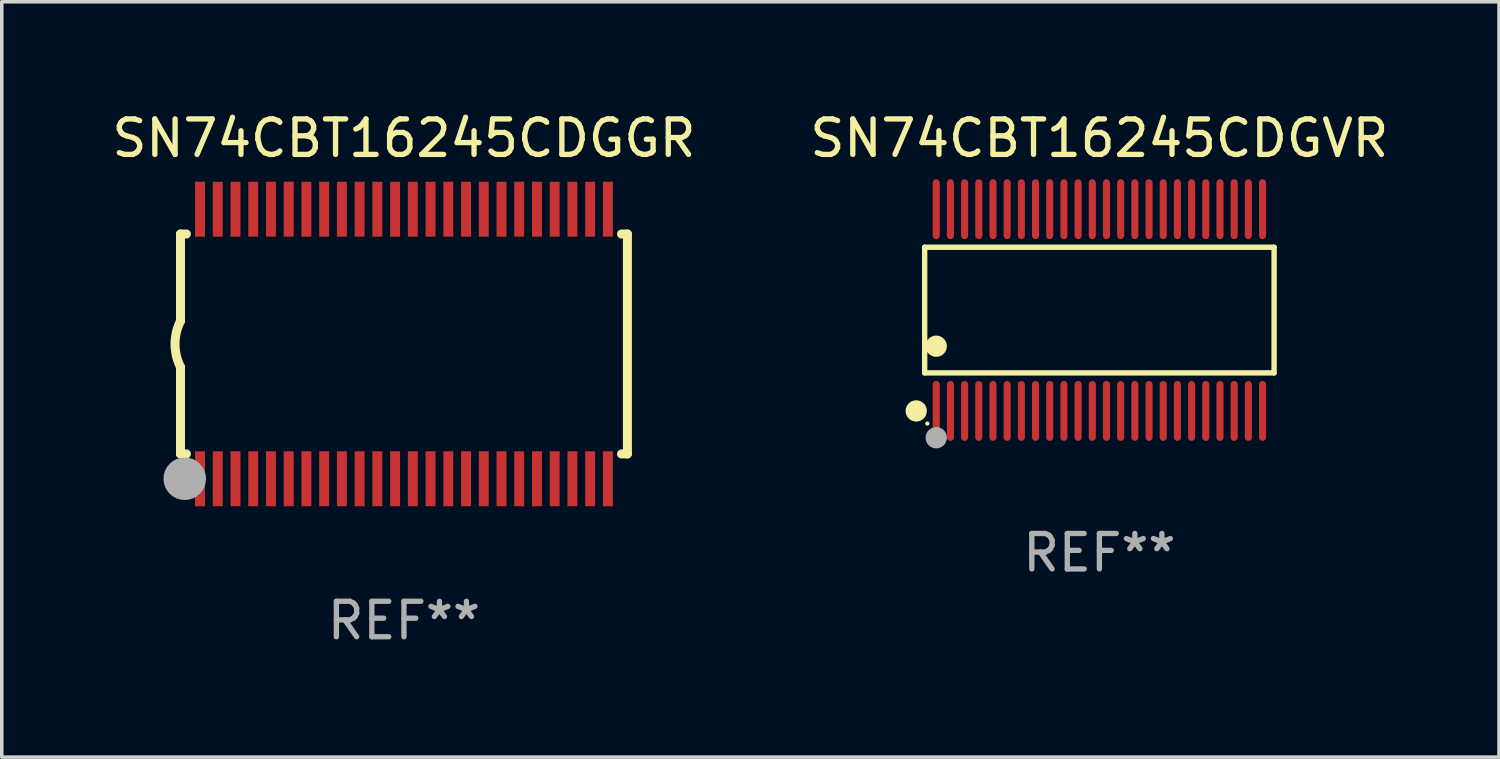
<source format=kicad_pcb>
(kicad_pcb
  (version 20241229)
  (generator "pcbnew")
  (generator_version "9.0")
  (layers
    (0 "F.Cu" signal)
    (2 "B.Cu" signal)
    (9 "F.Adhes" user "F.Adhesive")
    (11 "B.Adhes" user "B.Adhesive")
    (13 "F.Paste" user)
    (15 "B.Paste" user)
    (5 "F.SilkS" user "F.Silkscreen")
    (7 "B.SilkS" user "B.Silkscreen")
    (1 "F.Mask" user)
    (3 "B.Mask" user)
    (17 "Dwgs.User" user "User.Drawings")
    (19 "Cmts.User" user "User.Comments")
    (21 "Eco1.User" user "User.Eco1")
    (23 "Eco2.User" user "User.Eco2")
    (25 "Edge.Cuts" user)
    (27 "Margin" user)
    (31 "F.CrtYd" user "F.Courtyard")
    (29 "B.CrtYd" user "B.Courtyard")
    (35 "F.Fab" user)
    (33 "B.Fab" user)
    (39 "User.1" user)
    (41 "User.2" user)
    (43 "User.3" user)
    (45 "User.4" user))
  (footprint "SN74CBT16245CDGGR"
    (layer "F.Cu")
    (at 8.339 6.648)
    (property "Reference" "SN74CBT16245CDGGR" (at 0 -5.8 0) (layer "F.SilkS") (effects (font (size 1 1) (thickness 0.15))))
    (attr through_hole)
    (fp_line (start -6.3 -3.1) (end -6.3 -0.65) (stroke (width 0.254) (type solid)) (layer "F.SilkS"))
    (fp_line (start -6.3 -3.1) (end -6.134 -3.1) (stroke (width 0.254) (type solid)) (layer "F.SilkS"))
    (fp_line (start -6.3 3.1) (end -6.3 0.65) (stroke (width 0.254) (type solid)) (layer "F.SilkS"))
    (fp_line (start -6.3 3.1) (end -6.134 3.1) (stroke (width 0.254) (type solid)) (layer "F.SilkS"))
    (fp_line (start 6.134 -3.1) (end 6.3 -3.1) (stroke (width 0.254) (type solid)) (layer "F.SilkS"))
    (fp_line (start 6.134 3.1) (end 6.3 3.1) (stroke (width 0.254) (type solid)) (layer "F.SilkS"))
    (fp_line (start 6.3 -3.1) (end 6.3 3.1) (stroke (width 0.254) (type solid)) (layer "F.SilkS"))
    (fp_arc (start -6.301016 0.650114) (mid -6.45413 -0.000082) (end -6.3 -0.650038) (stroke (width 0.254001) (type solid)) (layer "F.SilkS"))
    (fp_circle (center -6.35 3.81) (end -6.223 3.81) (stroke (width 0.254) (type solid)) (fill no) (layer "F.SilkS"))
    (fp_circle (center -6.25 4.05) (end -6.22 4.05) (stroke (width 0.06) (type solid)) (fill no) (layer "F.SilkS"))
    (fp_circle (center -6.18 3.8) (end -5.88 3.8) (stroke (width 0.6) (type solid)) (fill no) (layer "F.Fab"))
    (fp_text user "REF**" (at 0 7.8 0) (layer "F.Fab") (effects (font (size 1 1) (thickness 0.15))))
    (pad "1" smd rect (at -5.75 3.8) (size 0.28 1.55) (layers "F.Cu" "F.Mask" "F.Paste"))
    (pad "2" smd rect (at -5.25 3.8) (size 0.28 1.55) (layers "F.Cu" "F.Mask" "F.Paste"))
    (pad "3" smd rect (at -4.75 3.8) (size 0.28 1.55) (layers "F.Cu" "F.Mask" "F.Paste"))
    (pad "4" smd rect (at -4.25 3.8) (size 0.28 1.55) (layers "F.Cu" "F.Mask" "F.Paste"))
    (pad "5" smd rect (at -3.75 3.8) (size 0.28 1.55) (layers "F.Cu" "F.Mask" "F.Paste"))
    (pad "6" smd rect (at -3.25 3.8) (size 0.28 1.55) (layers "F.Cu" "F.Mask" "F.Paste"))
    (pad "7" smd rect (at -2.75 3.8) (size 0.28 1.55) (layers "F.Cu" "F.Mask" "F.Paste"))
    (pad "8" smd rect (at -2.25 3.8) (size 0.28 1.55) (layers "F.Cu" "F.Mask" "F.Paste"))
    (pad "9" smd rect (at -1.75 3.8) (size 0.28 1.55) (layers "F.Cu" "F.Mask" "F.Paste"))
    (pad "10" smd rect (at -1.25 3.8) (size 0.28 1.55) (layers "F.Cu" "F.Mask" "F.Paste"))
    (pad "11" smd rect (at -0.75 3.8) (size 0.28 1.55) (layers "F.Cu" "F.Mask" "F.Paste"))
    (pad "12" smd rect (at -0.25 3.8) (size 0.28 1.55) (layers "F.Cu" "F.Mask" "F.Paste"))
    (pad "13" smd rect (at 0.25 3.8) (size 0.28 1.55) (layers "F.Cu" "F.Mask" "F.Paste"))
    (pad "14" smd rect (at 0.75 3.8) (size 0.28 1.55) (layers "F.Cu" "F.Mask" "F.Paste"))
    (pad "15" smd rect (at 1.25 3.8) (size 0.28 1.55) (layers "F.Cu" "F.Mask" "F.Paste"))
    (pad "16" smd rect (at 1.75 3.8) (size 0.28 1.55) (layers "F.Cu" "F.Mask" "F.Paste"))
    (pad "17" smd rect (at 2.25 3.8) (size 0.28 1.55) (layers "F.Cu" "F.Mask" "F.Paste"))
    (pad "18" smd rect (at 2.75 3.8) (size 0.28 1.55) (layers "F.Cu" "F.Mask" "F.Paste"))
    (pad "19" smd rect (at 3.25 3.8) (size 0.28 1.55) (layers "F.Cu" "F.Mask" "F.Paste"))
    (pad "20" smd rect (at 3.75 3.8) (size 0.28 1.55) (layers "F.Cu" "F.Mask" "F.Paste"))
    (pad "21" smd rect (at 4.25 3.8) (size 0.28 1.55) (layers "F.Cu" "F.Mask" "F.Paste"))
    (pad "22" smd rect (at 4.75 3.8) (size 0.28 1.55) (layers "F.Cu" "F.Mask" "F.Paste"))
    (pad "23" smd rect (at 5.25 3.8) (size 0.28 1.55) (layers "F.Cu" "F.Mask" "F.Paste"))
    (pad "24" smd rect (at 5.75 3.8) (size 0.28 1.55) (layers "F.Cu" "F.Mask" "F.Paste"))
    (pad "25" smd rect (at 5.75 -3.8) (size 0.28 1.55) (layers "F.Cu" "F.Mask" "F.Paste"))
    (pad "26" smd rect (at 5.25 -3.8) (size 0.28 1.55) (layers "F.Cu" "F.Mask" "F.Paste"))
    (pad "27" smd rect (at 4.75 -3.8) (size 0.28 1.55) (layers "F.Cu" "F.Mask" "F.Paste"))
    (pad "28" smd rect (at 4.25 -3.8) (size 0.28 1.55) (layers "F.Cu" "F.Mask" "F.Paste"))
    (pad "29" smd rect (at 3.75 -3.8) (size 0.28 1.55) (layers "F.Cu" "F.Mask" "F.Paste"))
    (pad "30" smd rect (at 3.25 -3.8) (size 0.28 1.55) (layers "F.Cu" "F.Mask" "F.Paste"))
    (pad "31" smd rect (at 2.75 -3.8) (size 0.28 1.55) (layers "F.Cu" "F.Mask" "F.Paste"))
    (pad "32" smd rect (at 2.25 -3.8) (size 0.28 1.55) (layers "F.Cu" "F.Mask" "F.Paste"))
    (pad "33" smd rect (at 1.75 -3.8) (size 0.28 1.55) (layers "F.Cu" "F.Mask" "F.Paste"))
    (pad "34" smd rect (at 1.25 -3.8) (size 0.28 1.55) (layers "F.Cu" "F.Mask" "F.Paste"))
    (pad "35" smd rect (at 0.75 -3.8) (size 0.28 1.55) (layers "F.Cu" "F.Mask" "F.Paste"))
    (pad "36" smd rect (at 0.25 -3.8) (size 0.28 1.55) (layers "F.Cu" "F.Mask" "F.Paste"))
    (pad "37" smd rect (at -0.25 -3.8) (size 0.28 1.55) (layers "F.Cu" "F.Mask" "F.Paste"))
    (pad "38" smd rect (at -0.75 -3.8) (size 0.28 1.55) (layers "F.Cu" "F.Mask" "F.Paste"))
    (pad "39" smd rect (at -1.25 -3.8) (size 0.28 1.55) (layers "F.Cu" "F.Mask" "F.Paste"))
    (pad "40" smd rect (at -1.75 -3.8) (size 0.28 1.55) (layers "F.Cu" "F.Mask" "F.Paste"))
    (pad "41" smd rect (at -2.25 -3.8) (size 0.28 1.55) (layers "F.Cu" "F.Mask" "F.Paste"))
    (pad "42" smd rect (at -2.75 -3.8) (size 0.28 1.55) (layers "F.Cu" "F.Mask" "F.Paste"))
    (pad "43" smd rect (at -3.25 -3.8) (size 0.28 1.55) (layers "F.Cu" "F.Mask" "F.Paste"))
    (pad "44" smd rect (at -3.75 -3.8) (size 0.28 1.55) (layers "F.Cu" "F.Mask" "F.Paste"))
    (pad "45" smd rect (at -4.25 -3.8) (size 0.28 1.55) (layers "F.Cu" "F.Mask" "F.Paste"))
    (pad "46" smd rect (at -4.75 -3.8) (size 0.28 1.55) (layers "F.Cu" "F.Mask" "F.Paste"))
    (pad "47" smd rect (at -5.25 -3.8) (size 0.28 1.55) (layers "F.Cu" "F.Mask" "F.Paste"))
    (pad "48" smd rect (at -5.75 -3.8) (size 0.28 1.55) (layers "F.Cu" "F.Mask" "F.Paste")))
  (footprint "SN74CBT16245CDGVR"
    (layer "F.Cu")
    (at 27.946 5.692)
    (property "Reference" "SN74CBT16245CDGVR" (at 0 -4.844 0) (layer "F.SilkS") (effects (font (size 1 1) (thickness 0.15))))
    (attr through_hole)
    (fp_line (start -4.926 -1.771) (end 4.926 -1.771) (stroke (width 0.152) (type solid)) (layer "F.SilkS"))
    (fp_line (start -4.926 1.771) (end -4.926 -1.771) (stroke (width 0.152) (type solid)) (layer "F.SilkS"))
    (fp_line (start 4.926 -1.771) (end 4.926 1.771) (stroke (width 0.152) (type solid)) (layer "F.SilkS"))
    (fp_line (start 4.926 1.771) (end -4.926 1.771) (stroke (width 0.152) (type solid)) (layer "F.SilkS"))
    (fp_circle (center -5.164 2.844) (end -5.014 2.844) (stroke (width 0.3) (type solid)) (fill no) (layer "F.SilkS"))
    (fp_circle (center -4.85 3.2) (end -4.82 3.2) (stroke (width 0.06) (type solid)) (fill no) (layer "F.SilkS"))
    (fp_circle (center -4.6 1.019) (end -4.45 1.019) (stroke (width 0.3) (type solid)) (fill no) (layer "F.SilkS"))
    (fp_circle (center -4.6 3.6) (end -4.45 3.6) (stroke (width 0.3) (type solid)) (fill no) (layer "F.Fab"))
    (fp_text user "REF**" (at 0 6.844 0) (layer "F.Fab") (effects (font (size 1 1) (thickness 0.15))))
    (pad "1" smd oval (at -4.6 2.844) (size 0.2 1.687) (layers "F.Cu" "F.Mask" "F.Paste"))
    (pad "2" smd oval (at -4.2 2.844) (size 0.2 1.687) (layers "F.Cu" "F.Mask" "F.Paste"))
    (pad "3" smd oval (at -3.8 2.844) (size 0.2 1.687) (layers "F.Cu" "F.Mask" "F.Paste"))
    (pad "4" smd oval (at -3.4 2.844) (size 0.2 1.687) (layers "F.Cu" "F.Mask" "F.Paste"))
    (pad "5" smd oval (at -3 2.844) (size 0.2 1.687) (layers "F.Cu" "F.Mask" "F.Paste"))
    (pad "6" smd oval (at -2.6 2.844) (size 0.2 1.687) (layers "F.Cu" "F.Mask" "F.Paste"))
    (pad "7" smd oval (at -2.2 2.844) (size 0.2 1.687) (layers "F.Cu" "F.Mask" "F.Paste"))
    (pad "8" smd oval (at -1.8 2.844) (size 0.2 1.687) (layers "F.Cu" "F.Mask" "F.Paste"))
    (pad "9" smd oval (at -1.4 2.844) (size 0.2 1.687) (layers "F.Cu" "F.Mask" "F.Paste"))
    (pad "10" smd oval (at -1 2.844) (size 0.2 1.687) (layers "F.Cu" "F.Mask" "F.Paste"))
    (pad "11" smd oval (at -0.6 2.844) (size 0.2 1.687) (layers "F.Cu" "F.Mask" "F.Paste"))
    (pad "12" smd oval (at -0.2 2.844) (size 0.2 1.687) (layers "F.Cu" "F.Mask" "F.Paste"))
    (pad "13" smd oval (at 0.2 2.844) (size 0.2 1.687) (layers "F.Cu" "F.Mask" "F.Paste"))
    (pad "14" smd oval (at 0.6 2.844) (size 0.2 1.687) (layers "F.Cu" "F.Mask" "F.Paste"))
    (pad "15" smd oval (at 1 2.844) (size 0.2 1.687) (layers "F.Cu" "F.Mask" "F.Paste"))
    (pad "16" smd oval (at 1.4 2.844) (size 0.2 1.687) (layers "F.Cu" "F.Mask" "F.Paste"))
    (pad "17" smd oval (at 1.8 2.844) (size 0.2 1.687) (layers "F.Cu" "F.Mask" "F.Paste"))
    (pad "18" smd oval (at 2.2 2.844) (size 0.2 1.687) (layers "F.Cu" "F.Mask" "F.Paste"))
    (pad "19" smd oval (at 2.6 2.844) (size 0.2 1.687) (layers "F.Cu" "F.Mask" "F.Paste"))
    (pad "20" smd oval (at 3 2.844) (size 0.2 1.687) (layers "F.Cu" "F.Mask" "F.Paste"))
    (pad "21" smd oval (at 3.4 2.844) (size 0.2 1.687) (layers "F.Cu" "F.Mask" "F.Paste"))
    (pad "22" smd oval (at 3.8 2.844) (size 0.2 1.687) (layers "F.Cu" "F.Mask" "F.Paste"))
    (pad "23" smd oval (at 4.2 2.844) (size 0.2 1.687) (layers "F.Cu" "F.Mask" "F.Paste"))
    (pad "24" smd oval (at 4.6 2.844) (size 0.2 1.687) (layers "F.Cu" "F.Mask" "F.Paste"))
    (pad "25" smd oval (at 4.6 -2.844) (size 0.2 1.687) (layers "F.Cu" "F.Mask" "F.Paste"))
    (pad "26" smd oval (at 4.2 -2.844) (size 0.2 1.687) (layers "F.Cu" "F.Mask" "F.Paste"))
    (pad "27" smd oval (at 3.8 -2.844) (size 0.2 1.687) (layers "F.Cu" "F.Mask" "F.Paste"))
    (pad "28" smd oval (at 3.4 -2.844) (size 0.2 1.687) (layers "F.Cu" "F.Mask" "F.Paste"))
    (pad "29" smd oval (at 3 -2.844) (size 0.2 1.687) (layers "F.Cu" "F.Mask" "F.Paste"))
    (pad "30" smd oval (at 2.6 -2.844) (size 0.2 1.687) (layers "F.Cu" "F.Mask" "F.Paste"))
    (pad "31" smd oval (at 2.2 -2.844) (size 0.2 1.687) (layers "F.Cu" "F.Mask" "F.Paste"))
    (pad "32" smd oval (at 1.8 -2.844) (size 0.2 1.687) (layers "F.Cu" "F.Mask" "F.Paste"))
    (pad "33" smd oval (at 1.4 -2.844) (size 0.2 1.687) (layers "F.Cu" "F.Mask" "F.Paste"))
    (pad "34" smd oval (at 1 -2.844) (size 0.2 1.687) (layers "F.Cu" "F.Mask" "F.Paste"))
    (pad "35" smd oval (at 0.6 -2.844) (size 0.2 1.687) (layers "F.Cu" "F.Mask" "F.Paste"))
    (pad "36" smd oval (at 0.2 -2.844) (size 0.2 1.687) (layers "F.Cu" "F.Mask" "F.Paste"))
    (pad "37" smd oval (at -0.2 -2.844) (size 0.2 1.687) (layers "F.Cu" "F.Mask" "F.Paste"))
    (pad "38" smd oval (at -0.6 -2.844) (size 0.2 1.687) (layers "F.Cu" "F.Mask" "F.Paste"))
    (pad "39" smd oval (at -1 -2.844) (size 0.2 1.687) (layers "F.Cu" "F.Mask" "F.Paste"))
    (pad "40" smd oval (at -1.4 -2.844) (size 0.2 1.687) (layers "F.Cu" "F.Mask" "F.Paste"))
    (pad "41" smd oval (at -1.8 -2.844) (size 0.2 1.687) (layers "F.Cu" "F.Mask" "F.Paste"))
    (pad "42" smd oval (at -2.2 -2.844) (size 0.2 1.687) (layers "F.Cu" "F.Mask" "F.Paste"))
    (pad "43" smd oval (at -2.6 -2.844) (size 0.2 1.687) (layers "F.Cu" "F.Mask" "F.Paste"))
    (pad "44" smd oval (at -3 -2.844) (size 0.2 1.687) (layers "F.Cu" "F.Mask" "F.Paste"))
    (pad "45" smd oval (at -3.4 -2.844) (size 0.2 1.687) (layers "F.Cu" "F.Mask" "F.Paste"))
    (pad "46" smd oval (at -3.8 -2.844) (size 0.2 1.687) (layers "F.Cu" "F.Mask" "F.Paste"))
    (pad "47" smd oval (at -4.2 -2.844) (size 0.2 1.687) (layers "F.Cu" "F.Mask" "F.Paste"))
    (pad "48" smd oval (at -4.6 -2.844) (size 0.2 1.687) (layers "F.Cu" "F.Mask" "F.Paste")))
  (gr_rect
    (start -3 -3)
    (end 39.214 18.296)
    (stroke (width 0.1) (type default))
    (fill no)
    (layer "Edge.Cuts")))
</source>
